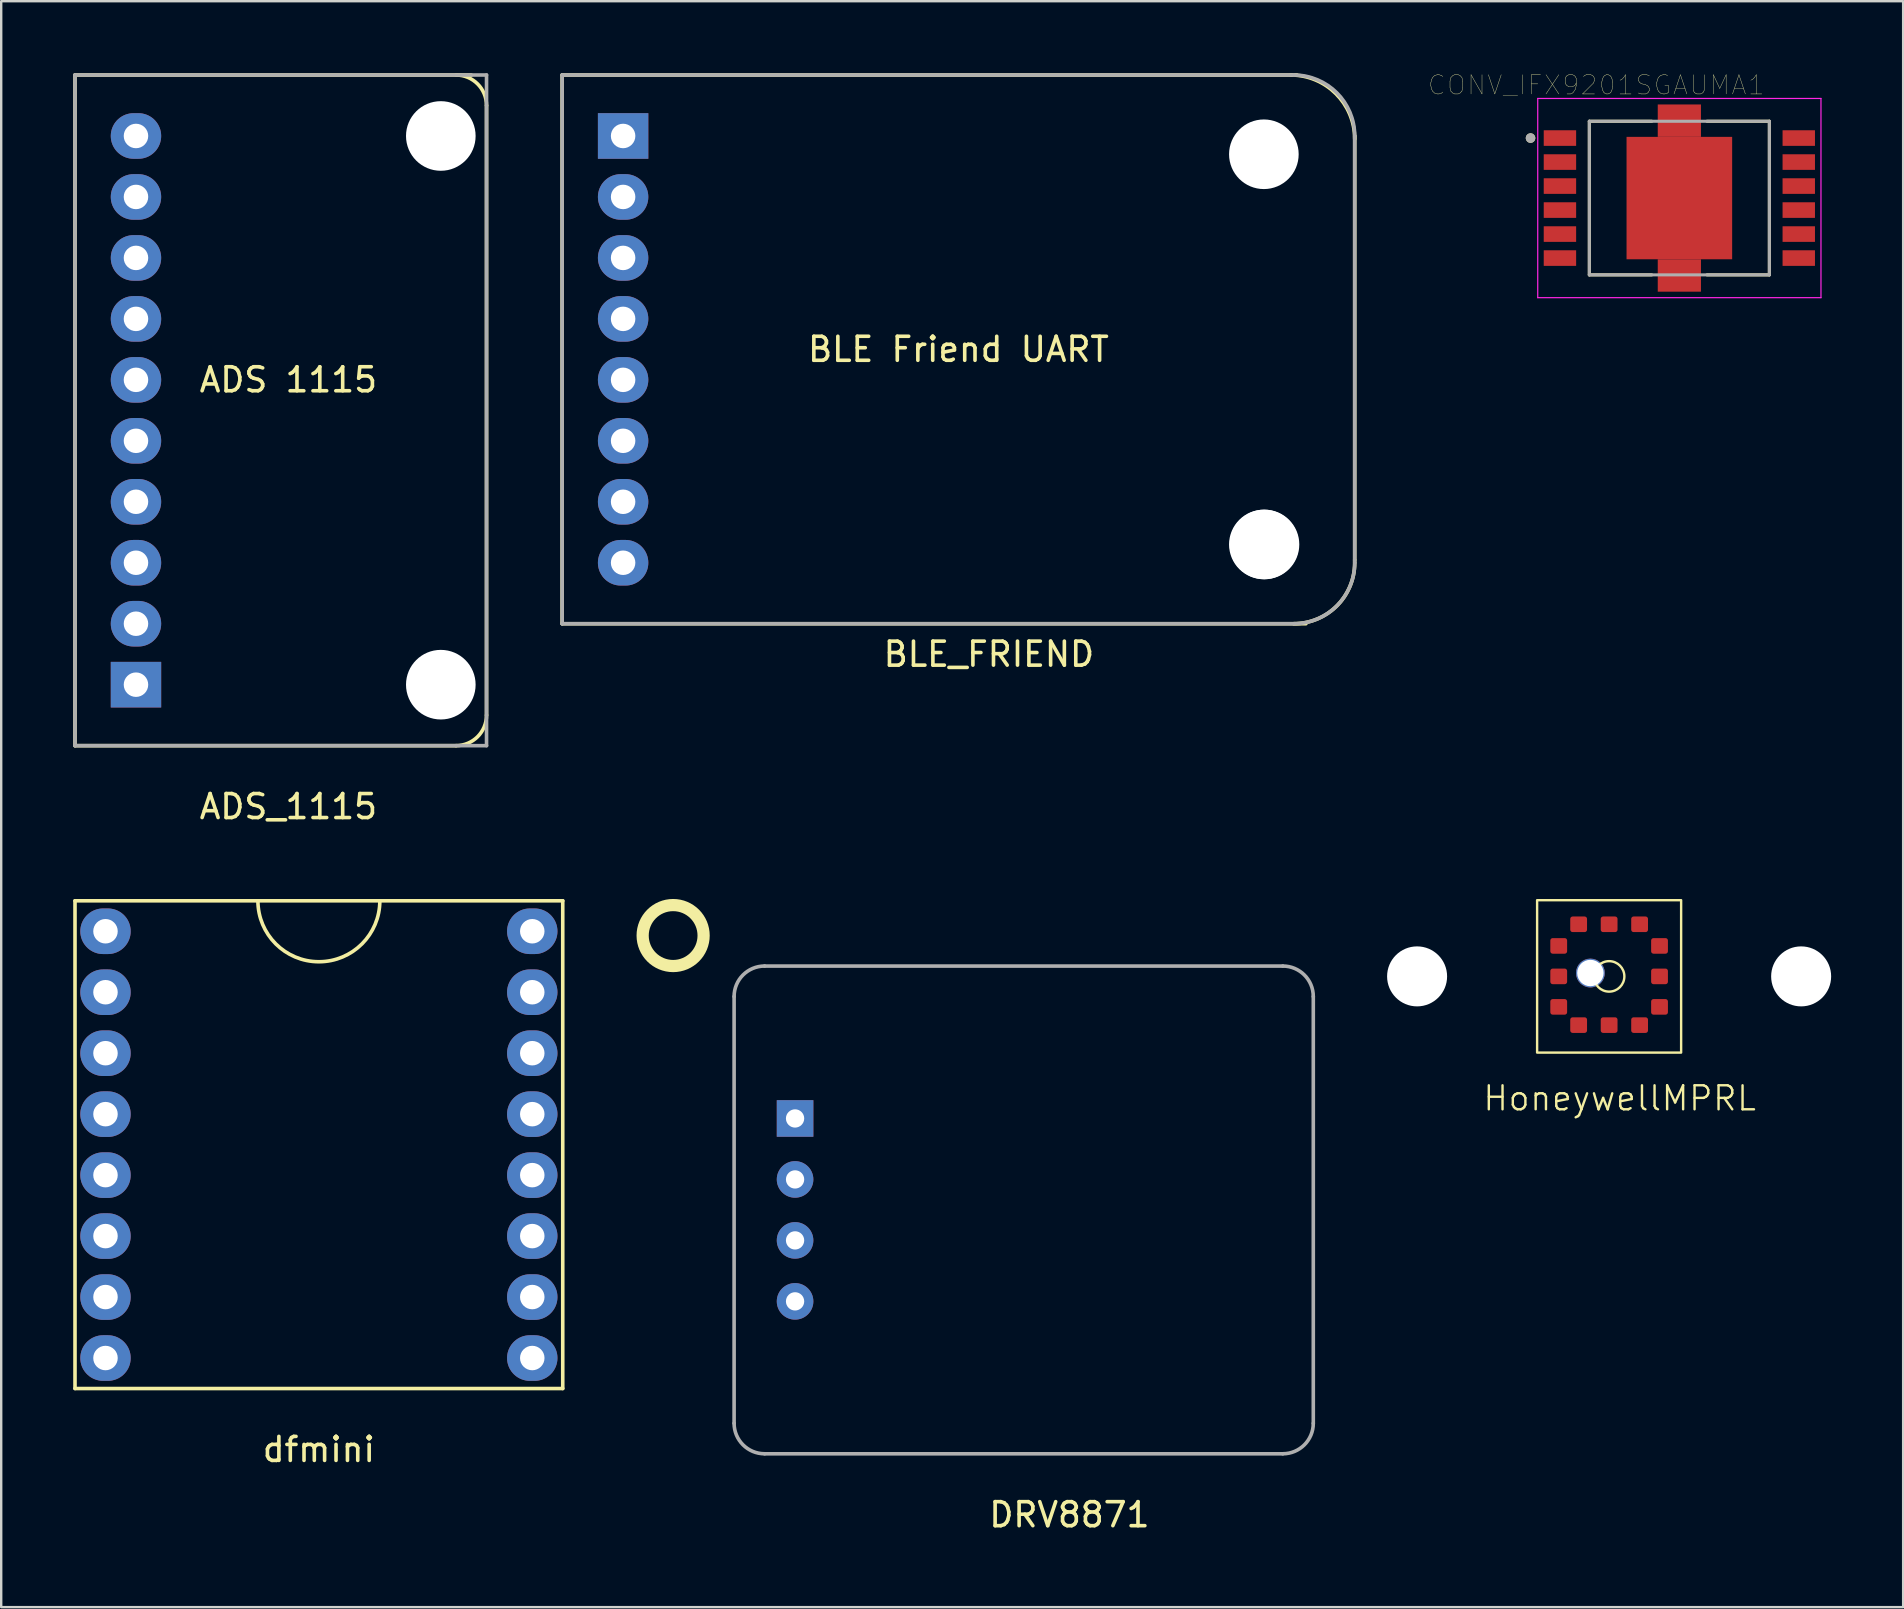
<source format=kicad_pcb>
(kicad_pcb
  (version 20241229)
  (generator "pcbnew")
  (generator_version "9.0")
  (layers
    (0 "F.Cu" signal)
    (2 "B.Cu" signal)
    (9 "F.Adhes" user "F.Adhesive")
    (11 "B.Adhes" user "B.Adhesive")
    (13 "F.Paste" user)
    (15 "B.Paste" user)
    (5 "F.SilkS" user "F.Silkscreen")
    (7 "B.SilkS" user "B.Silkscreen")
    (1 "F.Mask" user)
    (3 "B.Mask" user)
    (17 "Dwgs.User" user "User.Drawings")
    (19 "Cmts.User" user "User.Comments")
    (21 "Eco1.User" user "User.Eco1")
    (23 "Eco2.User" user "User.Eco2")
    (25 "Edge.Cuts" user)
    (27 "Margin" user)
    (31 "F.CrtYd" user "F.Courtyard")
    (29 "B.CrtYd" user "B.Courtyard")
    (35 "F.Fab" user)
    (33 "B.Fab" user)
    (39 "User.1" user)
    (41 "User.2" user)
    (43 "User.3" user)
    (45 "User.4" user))
  (footprint "ADS_1115"
    (layer "F.Cu")
    (at 2.615 12.775)
    (property "Reference" "ADS_1115" (at 6.35 17.78 0) (layer "F.SilkS") (effects (font (size 1 1) (thickness 0.15))))
    (attr through_hole)
    (fp_line (start -2.54 -12.7) (end -2.54 15.24) (stroke (width 0.15) (type solid)) (layer "F.SilkS"))
    (fp_line (start -2.54 -12.7) (end 13.97 -12.7) (stroke (width 0.15) (type solid)) (layer "F.SilkS"))
    (fp_line (start 13.335 15.24) (end -2.54 15.24) (stroke (width 0.15) (type solid)) (layer "F.SilkS"))
    (fp_line (start 14.605 -11.43) (end 14.605 13.97) (stroke (width 0.15) (type solid)) (layer "F.SilkS"))
    (fp_arc (start 13.335 -12.7) (mid 14.233026 -12.328026) (end 14.605 -11.43) (stroke (width 0.15) (type solid)) (layer "F.SilkS"))
    (fp_arc (start 14.605 13.97) (mid 14.233026 14.868026) (end 13.335 15.24) (stroke (width 0.15) (type solid)) (layer "F.SilkS"))
    (fp_line (start -2.54 -12.7) (end 14.605 -12.7) (stroke (width 0.15) (type solid)) (layer "F.Fab"))
    (fp_line (start -2.54 15.24) (end -2.54 -12.7) (stroke (width 0.15) (type solid)) (layer "F.Fab"))
    (fp_line (start 14.605 -12.7) (end 14.605 15.24) (stroke (width 0.15) (type solid)) (layer "F.Fab"))
    (fp_line (start 14.605 15.24) (end -2.54 15.24) (stroke (width 0.15) (type solid)) (layer "F.Fab"))
    (fp_text user "ADS 1115" (at 6.35 0 0) (layer "F.SilkS") (effects (font (size 1 1) (thickness 0.15))))
    (pad "" np_thru_hole circle (at 12.7 -10.16) (size 2.9 2.9) (drill 2.9) (layers "*.Cu" "*.Mask"))
    (pad "" np_thru_hole circle (at 12.7 12.7) (size 2.9 2.9) (drill 2.9) (layers "*.Cu" "*.Mask"))
    (pad "1" thru_hole rect (at 0 12.7) (size 2.1 1.9) (drill 1.02) (layers "*.Cu" "*.Mask"))
    (pad "2" thru_hole oval (at 0 10.16) (size 2.1 1.9) (drill 1.02) (layers "*.Cu" "*.Mask"))
    (pad "3" thru_hole oval (at 0 7.62) (size 2.1 1.9) (drill 1.02) (layers "*.Cu" "*.Mask"))
    (pad "4" thru_hole oval (at 0 5.08) (size 2.1 1.9) (drill 1.02) (layers "*.Cu" "*.Mask"))
    (pad "5" thru_hole oval (at 0 2.54) (size 2.1 1.9) (drill 1.02) (layers "*.Cu" "*.Mask"))
    (pad "6" thru_hole oval (at 0 0) (size 2.1 1.9) (drill 1.02) (layers "*.Cu" "*.Mask"))
    (pad "7" thru_hole oval (at 0 -2.54) (size 2.1 1.9) (drill 1.02) (layers "*.Cu" "*.Mask"))
    (pad "8" thru_hole oval (at 0 -5.08) (size 2.1 1.9) (drill 1.02) (layers "*.Cu" "*.Mask"))
    (pad "9" thru_hole oval (at 0 -7.62) (size 2.1 1.9) (drill 1.02) (layers "*.Cu" "*.Mask"))
    (pad "10" thru_hole oval (at 0 -10.16) (size 2.1 1.9) (drill 1.02) (layers "*.Cu" "*.Mask")))
  (footprint "BLE_FRIEND"
    (layer "F.Cu")
    (at 22.91 11.505)
    (property "Reference" "BLE_FRIEND" (at 15.24 12.7 0) (layer "F.SilkS") (effects (font (size 1 1) (thickness 0.15))))
    (attr through_hole)
    (fp_line (start -2.54 -11.43) (end -2.54 11.43) (stroke (width 0.15) (type solid)) (layer "F.SilkS"))
    (fp_line (start -2.54 11.43) (end 28.448 11.43) (stroke (width 0.15) (type solid)) (layer "F.SilkS"))
    (fp_line (start 28.067 -11.43) (end -2.54 -11.43) (stroke (width 0.15) (type solid)) (layer "F.SilkS"))
    (fp_line (start 30.48 -8.89) (end 30.48 8.763) (stroke (width 0.15) (type solid)) (layer "F.SilkS"))
    (fp_arc (start 27.813 -11.43) (mid 29.698854 -10.648854) (end 30.48 -8.763) (stroke (width 0.15) (type solid)) (layer "F.SilkS"))
    (fp_arc (start 30.477603 8.779669) (mid 29.774645 10.646611) (end 27.94 11.43) (stroke (width 0.15) (type solid)) (layer "F.SilkS"))
    (fp_line (start -2.54 -11.43) (end -2.54 11.43) (stroke (width 0.15) (type solid)) (layer "F.Fab"))
    (fp_line (start -2.54 11.43) (end 27.94 11.43) (stroke (width 0.15) (type solid)) (layer "F.Fab"))
    (fp_line (start 27.94 -11.43) (end -2.54 -11.43) (stroke (width 0.15) (type solid)) (layer "F.Fab"))
    (fp_line (start 30.48 8.89) (end 30.48 -8.89) (stroke (width 0.15) (type solid)) (layer "F.Fab"))
    (fp_arc (start 27.94 -11.43) (mid 29.736051 -10.686051) (end 30.48 -8.89) (stroke (width 0.15) (type solid)) (layer "F.Fab"))
    (fp_arc (start 30.48 8.89) (mid 29.736051 10.686051) (end 27.94 11.43) (stroke (width 0.15) (type solid)) (layer "F.Fab"))
    (fp_text user "BLE Friend UART" (at 13.97 0 0) (layer "F.SilkS") (effects (font (size 1 1) (thickness 0.15))))
    (pad "" np_thru_hole circle (at 26.695 -8.128) (size 2.9 2.9) (drill 2.9) (layers "*.Cu" "*.Mask"))
    (pad "" np_thru_hole circle (at 26.695 8.128) (size 2.9 2.9) (drill 2.9) (layers "*.Cu" "*.Mask"))
    (pad "" np_thru_hole circle (at 26.721 8.128) (size 2.9 2.9) (drill 2.9) (layers "*.Cu" "*.Mask"))
    (pad "1" thru_hole rect (at 0 -8.89) (size 2.1 1.9) (drill 1.02) (layers "*.Cu" "*.Mask"))
    (pad "2" thru_hole oval (at 0 -6.35) (size 2.1 1.9) (drill 1.02) (layers "*.Cu" "*.Mask"))
    (pad "3" thru_hole oval (at 0 -3.81) (size 2.1 1.9) (drill 1.02) (layers "*.Cu" "*.Mask"))
    (pad "4" thru_hole oval (at 0 -1.27) (size 2.1 1.9) (drill 1.02) (layers "*.Cu" "*.Mask"))
    (pad "5" thru_hole oval (at 0 1.27) (size 2.1 1.9) (drill 1.02) (layers "*.Cu" "*.Mask"))
    (pad "6" thru_hole oval (at 0 3.81) (size 2.1 1.9) (drill 1.02) (layers "*.Cu" "*.Mask"))
    (pad "7" thru_hole oval (at 0 6.35) (size 2.1 1.9) (drill 1.02) (layers "*.Cu" "*.Mask"))
    (pad "8" thru_hole oval (at 0 8.89) (size 2.1 1.9) (drill 1.02) (layers "*.Cu" "*.Mask")))
  (footprint "HoneywellMPRL"
    (layer "F.Cu")
    (at 63.989 37.628)
    (property "Reference" "HoneywellMPRL" (at 0.44 5.08 0) (unlocked yes) (layer "F.SilkS") (effects (font (size 1 1) (thickness 0.1))))
    (attr smd)
    (fp_rect (start -3 -3.175) (end 3 3.175) (stroke (width 0.1) (type default)) (fill no) (layer "F.SilkS"))
    (fp_circle (center 0 0) (end 0.635 0) (stroke (width 0.1) (type default)) (fill no) (layer "F.SilkS"))
    (pad "" np_thru_hole circle (at -8 0) (size 2.5 2.5) (drill 2.5) (layers "*.Cu" "*.Mask"))
    (pad "" np_thru_hole circle (at -0.78 -0.14) (size 1.2 1.2) (drill 1.1) (layers "*.Cu" "*.Mask"))
    (pad "" np_thru_hole circle (at 8 0) (size 2.5 2.5) (drill 2.5) (layers "*.Cu" "*.Mask"))
    (pad "1" smd roundrect (at 1.27 2.03) (size 0.7 0.65) (layers "F.Cu" "F.Mask" "F.Paste") (roundrect_rratio 0.154))
    (pad "2" smd roundrect (at 0 2.03) (size 0.7 0.65) (layers "F.Cu" "F.Mask" "F.Paste") (roundrect_rratio 0.154))
    (pad "3" smd roundrect (at -1.27 2.03) (size 0.7 0.65) (layers "F.Cu" "F.Mask" "F.Paste") (roundrect_rratio 0.154))
    (pad "4" smd roundrect (at -2.1 1.27) (size 0.7 0.65) (layers "F.Cu" "F.Mask" "F.Paste") (roundrect_rratio 0.154))
    (pad "5" smd roundrect (at -2.1 0) (size 0.7 0.65) (layers "F.Cu" "F.Mask" "F.Paste") (roundrect_rratio 0.154))
    (pad "6" smd roundrect (at -2.1 -1.27) (size 0.7 0.65) (layers "F.Cu" "F.Mask" "F.Paste") (roundrect_rratio 0.154))
    (pad "7" smd roundrect (at -1.27 -2.17) (size 0.7 0.65) (layers "F.Cu" "F.Mask" "F.Paste") (roundrect_rratio 0.154))
    (pad "8" smd roundrect (at 0 -2.17) (size 0.7 0.65) (layers "F.Cu" "F.Mask" "F.Paste") (roundrect_rratio 0.154))
    (pad "9" smd roundrect (at 1.27 -2.17) (size 0.7 0.65) (layers "F.Cu" "F.Mask" "F.Paste") (roundrect_rratio 0.154))
    (pad "10" smd roundrect (at 2.1 -1.27) (size 0.7 0.65) (layers "F.Cu" "F.Mask" "F.Paste") (roundrect_rratio 0.154))
    (pad "11" smd roundrect (at 2.1 0) (size 0.7 0.65) (layers "F.Cu" "F.Mask" "F.Paste") (roundrect_rratio 0.154))
    (pad "12" smd roundrect (at 2.1 1.27) (size 0.7 0.65) (layers "F.Cu" "F.Mask" "F.Paste") (roundrect_rratio 0.154)))
  (footprint "dfmini"
    (layer "F.Cu")
    (at 10.235 44.638)
    (property "Reference" "dfmini" (at 0 12.7 0) (layer "F.SilkS") (effects (font (size 1 1) (thickness 0.15))))
    (attr through_hole)
    (fp_line (start -10.16 -10.16) (end -10.16 10.16) (stroke (width 0.15) (type solid)) (layer "F.SilkS"))
    (fp_line (start -10.16 10.16) (end 10.16 10.16) (stroke (width 0.15) (type solid)) (layer "F.SilkS"))
    (fp_line (start 10.16 -10.16) (end -10.16 -10.16) (stroke (width 0.15) (type solid)) (layer "F.SilkS"))
    (fp_line (start 10.16 10.16) (end 10.16 -10.16) (stroke (width 0.15) (type solid)) (layer "F.SilkS"))
    (fp_arc (start 2.54 -10.16) (mid 0 -7.62) (end -2.54 -10.16) (stroke (width 0.15) (type solid)) (layer "F.SilkS"))
    (pad "1" thru_hole oval (at -8.89 -8.89) (size 2.1 1.9) (drill 1.02) (layers "*.Cu" "*.Mask"))
    (pad "2" thru_hole oval (at -8.89 -6.35) (size 2.1 1.9) (drill 1.02) (layers "*.Cu" "*.Mask"))
    (pad "3" thru_hole oval (at -8.89 -3.81) (size 2.1 1.9) (drill 1.02) (layers "*.Cu" "*.Mask"))
    (pad "4" thru_hole oval (at -8.89 -1.27) (size 2.1 1.9) (drill 1.02) (layers "*.Cu" "*.Mask"))
    (pad "5" thru_hole oval (at -8.89 1.27) (size 2.1 1.9) (drill 1.02) (layers "*.Cu" "*.Mask"))
    (pad "6" thru_hole oval (at -8.89 3.81) (size 2.1 1.9) (drill 1.02) (layers "*.Cu" "*.Mask"))
    (pad "7" thru_hole oval (at -8.89 6.35) (size 2.1 1.9) (drill 1.02) (layers "*.Cu" "*.Mask"))
    (pad "8" thru_hole oval (at -8.89 8.89) (size 2.1 1.9) (drill 1.02) (layers "*.Cu" "*.Mask"))
    (pad "9" thru_hole oval (at 8.89 8.89) (size 2.1 1.9) (drill 1.02) (layers "*.Cu" "*.Mask"))
    (pad "10" thru_hole oval (at 8.89 6.35) (size 2.1 1.9) (drill 1.02) (layers "*.Cu" "*.Mask"))
    (pad "11" thru_hole oval (at 8.89 3.81) (size 2.1 1.9) (drill 1.02) (layers "*.Cu" "*.Mask"))
    (pad "12" thru_hole oval (at 8.89 1.27) (size 2.1 1.9) (drill 1.02) (layers "*.Cu" "*.Mask"))
    (pad "13" thru_hole oval (at 8.89 -1.27) (size 2.1 1.9) (drill 1.02) (layers "*.Cu" "*.Mask"))
    (pad "14" thru_hole oval (at 8.89 -3.81) (size 2.1 1.9) (drill 1.02) (layers "*.Cu" "*.Mask"))
    (pad "15" thru_hole oval (at 8.89 -6.35) (size 2.1 1.9) (drill 1.02) (layers "*.Cu" "*.Mask"))
    (pad "16" thru_hole oval (at 8.89 -8.89) (size 2.1 1.9) (drill 1.02) (layers "*.Cu" "*.Mask")))
  (footprint "CONV_IFX9201SGAUMA1"
    (layer "F.Cu")
    (at 66.915 5.202)
    (property "Reference" "CONV_IFX9201SGAUMA1" (at -3.46 -4.708 0) (layer "F.SilkS") (effects (font (size 0.8 0.8) (thickness 0.015))))
    (attr through_hole)
    (fp_line (start -3.75 -3.2) (end -1.15 -3.2) (stroke (width 0.127) (type solid)) (layer "F.SilkS"))
    (fp_line (start -3.75 3.2) (end -3.75 -3.2) (stroke (width 0.127) (type solid)) (layer "F.SilkS"))
    (fp_line (start -3.75 3.2) (end -1.15 3.2) (stroke (width 0.127) (type solid)) (layer "F.SilkS"))
    (fp_line (start 3.75 -3.2) (end 1.15 -3.2) (stroke (width 0.127) (type solid)) (layer "F.SilkS"))
    (fp_line (start 3.75 -3.2) (end 3.75 3.2) (stroke (width 0.127) (type solid)) (layer "F.SilkS"))
    (fp_line (start 3.75 3.2) (end 1.15 3.2) (stroke (width 0.127) (type solid)) (layer "F.SilkS"))
    (fp_circle (center -6.2 -2.5) (end -6.1 -2.5) (stroke (width 0.2) (type solid)) (fill no) (layer "F.SilkS"))
    (fp_poly (pts (xy -2.275 -2.275) (xy -0.025 -2.275) (xy -0.025 -0.375) (xy -2.275 -0.375)) (stroke (width 0.01) (type solid)) (fill yes) (layer "F.Paste"))
    (fp_poly (pts (xy -2.275 0.375) (xy -0.025 0.375) (xy -0.025 2.275) (xy -2.275 2.275)) (stroke (width 0.01) (type solid)) (fill yes) (layer "F.Paste"))
    (fp_poly (pts (xy -0.475 -4.125) (xy 0.475 -4.125) (xy 0.475 -2.525) (xy -0.475 -2.525)) (stroke (width 0.01) (type solid)) (fill yes) (layer "F.Paste"))
    (fp_poly (pts (xy -0.475 2.525) (xy 0.475 2.525) (xy 0.475 4.125) (xy -0.475 4.125)) (stroke (width 0.01) (type solid)) (fill yes) (layer "F.Paste"))
    (fp_poly (pts (xy 0.025 -2.275) (xy 2.275 -2.275) (xy 2.275 -0.375) (xy 0.025 -0.375)) (stroke (width 0.01) (type solid)) (fill yes) (layer "F.Paste"))
    (fp_poly (pts (xy 0.025 0.375) (xy 2.275 0.375) (xy 2.275 2.275) (xy 0.025 2.275)) (stroke (width 0.01) (type solid)) (fill yes) (layer "F.Paste"))
    (fp_line (start -5.9 -4.15) (end 5.9 -4.15) (stroke (width 0.05) (type solid)) (layer "F.CrtYd"))
    (fp_line (start -5.9 4.15) (end -5.9 -4.15) (stroke (width 0.05) (type solid)) (layer "F.CrtYd"))
    (fp_line (start 5.9 -4.15) (end 5.9 4.15) (stroke (width 0.05) (type solid)) (layer "F.CrtYd"))
    (fp_line (start 5.9 4.15) (end -5.9 4.15) (stroke (width 0.05) (type solid)) (layer "F.CrtYd"))
    (fp_line (start -3.75 -3.2) (end 3.75 -3.2) (stroke (width 0.127) (type solid)) (layer "F.Fab"))
    (fp_line (start -3.75 3.2) (end -3.75 -3.2) (stroke (width 0.127) (type solid)) (layer "F.Fab"))
    (fp_line (start 3.75 -3.2) (end 3.75 3.2) (stroke (width 0.127) (type solid)) (layer "F.Fab"))
    (fp_line (start 3.75 3.2) (end -3.75 3.2) (stroke (width 0.127) (type solid)) (layer "F.Fab"))
    (fp_circle (center -6.2 -2.5) (end -6.1 -2.5) (stroke (width 0.2) (type solid)) (fill no) (layer "F.Fab"))
    (pad "1" smd rect (at -4.975 -2.5) (size 1.35 0.65) (layers "F.Cu" "F.Mask" "F.Paste"))
    (pad "2" smd rect (at -4.975 -1.5) (size 1.35 0.65) (layers "F.Cu" "F.Mask" "F.Paste"))
    (pad "3" smd rect (at -4.975 -0.5) (size 1.35 0.65) (layers "F.Cu" "F.Mask" "F.Paste"))
    (pad "4" smd rect (at -4.975 0.5) (size 1.35 0.65) (layers "F.Cu" "F.Mask" "F.Paste"))
    (pad "5" smd rect (at -4.975 1.5) (size 1.35 0.65) (layers "F.Cu" "F.Mask" "F.Paste"))
    (pad "6" smd rect (at -4.975 2.5) (size 1.35 0.65) (layers "F.Cu" "F.Mask" "F.Paste"))
    (pad "7" smd rect (at 4.975 2.5) (size 1.35 0.65) (layers "F.Cu" "F.Mask" "F.Paste"))
    (pad "8" smd rect (at 4.975 1.5) (size 1.35 0.65) (layers "F.Cu" "F.Mask" "F.Paste"))
    (pad "9" smd rect (at 4.975 0.5) (size 1.35 0.65) (layers "F.Cu" "F.Mask" "F.Paste"))
    (pad "10" smd rect (at 4.975 -0.5) (size 1.35 0.65) (layers "F.Cu" "F.Mask" "F.Paste"))
    (pad "11" smd rect (at 4.975 -1.5) (size 1.35 0.65) (layers "F.Cu" "F.Mask" "F.Paste"))
    (pad "12" smd rect (at 4.975 -2.5) (size 1.35 0.65) (layers "F.Cu" "F.Mask" "F.Paste"))
    (pad "13" smd rect (at 0 0) (size 4.4 5.1) (layers "F.Cu" "F.Mask"))
    (pad "13.1" smd rect (at 0 -3.225) (size 1.8 1.35) (layers "F.Cu" "F.Mask"))
    (pad "13.2" smd rect (at 0 3.225) (size 1.8 1.35) (layers "F.Cu" "F.Mask")))
  (footprint "DRV8871"
    (layer "F.Cu")
    (at 30.074 47.357)
    (property "Reference" "DRV8871" (at 11.43 12.7 0) (layer "F.SilkS") (effects (font (size 1 1) (thickness 0.15))))
    (attr through_hole)
    (fp_circle (center -5.08 -11.43) (end -3.81 -11.43) (stroke (width 0.508) (type solid)) (fill no) (layer "F.SilkS"))
    (fp_line (start -2.54 8.89) (end -2.54 -8.89) (stroke (width 0.15) (type solid)) (layer "F.Fab"))
    (fp_line (start -1.27 -10.16) (end 20.32 -10.16) (stroke (width 0.15) (type solid)) (layer "F.Fab"))
    (fp_line (start 20.32 10.16) (end -1.27 10.16) (stroke (width 0.15) (type solid)) (layer "F.Fab"))
    (fp_line (start 21.59 -8.89) (end 21.59 8.89) (stroke (width 0.15) (type solid)) (layer "F.Fab"))
    (fp_arc (start -2.54 -8.89) (mid -2.168026 -9.788026) (end -1.27 -10.16) (stroke (width 0.15) (type solid)) (layer "F.Fab"))
    (fp_arc (start -1.27 10.16) (mid -2.168026 9.788026) (end -2.54 8.89) (stroke (width 0.15) (type solid)) (layer "F.Fab"))
    (fp_arc (start 20.32 -10.16) (mid 21.218026 -9.788026) (end 21.59 -8.89) (stroke (width 0.15) (type solid)) (layer "F.Fab"))
    (fp_arc (start 21.59 8.89) (mid 21.218026 9.788026) (end 20.32 10.16) (stroke (width 0.15) (type solid)) (layer "F.Fab"))
    (pad "1" thru_hole rect (at 0 -3.81) (size 1.524 1.524) (drill 0.762) (layers "*.Cu" "*.Mask"))
    (pad "2" thru_hole circle (at 0 -1.27) (size 1.524 1.524) (drill 0.762) (layers "*.Cu" "*.Mask"))
    (pad "3" thru_hole circle (at 0 1.27) (size 1.524 1.524) (drill 0.762) (layers "*.Cu" "*.Mask"))
    (pad "4" thru_hole circle (at 0 3.81) (size 1.524 1.524) (drill 0.762) (layers "*.Cu" "*.Mask")))
  (gr_rect
    (start -3 -3)
    (end 76.239 63.906)
    (stroke (width 0.1) (type default))
    (fill no)
    (layer "Edge.Cuts")))
</source>
